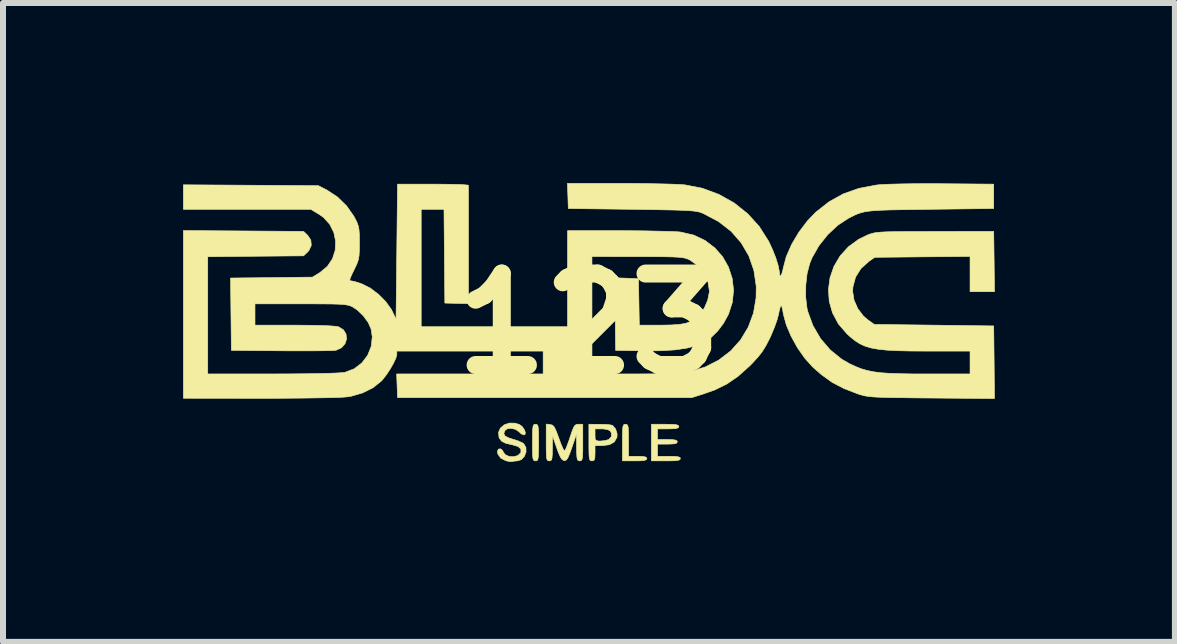
<source format=kicad_pcb>
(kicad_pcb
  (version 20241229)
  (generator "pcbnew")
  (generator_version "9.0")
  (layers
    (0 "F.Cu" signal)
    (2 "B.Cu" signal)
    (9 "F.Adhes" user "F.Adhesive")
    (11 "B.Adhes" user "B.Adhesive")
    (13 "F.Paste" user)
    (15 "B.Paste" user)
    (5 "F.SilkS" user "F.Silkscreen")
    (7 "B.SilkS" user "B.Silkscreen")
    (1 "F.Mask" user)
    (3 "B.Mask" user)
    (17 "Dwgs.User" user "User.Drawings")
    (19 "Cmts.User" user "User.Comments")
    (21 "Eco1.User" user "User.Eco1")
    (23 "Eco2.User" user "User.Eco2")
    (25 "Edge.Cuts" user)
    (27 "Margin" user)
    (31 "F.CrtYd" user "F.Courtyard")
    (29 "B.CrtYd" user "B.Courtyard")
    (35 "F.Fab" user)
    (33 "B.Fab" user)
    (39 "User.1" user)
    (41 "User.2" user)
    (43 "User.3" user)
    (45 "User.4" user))
  (footprint "123"
    (layer "F.Cu")
    (at 6.761 2.342)
    (property "Reference" "123" (at 0 0 0) (layer "F.SilkS") (effects (font (size 1.524 1.524) (thickness 0.3))))
    (attr through_hole)
    (fp_poly (pts (xy -0.868 1.679) (xy -0.853 1.694) (xy -0.844 1.729) (xy -0.84 1.792) (xy -0.838 1.891) (xy -0.838 1.981) (xy -0.839 2.11) (xy -0.841 2.196) (xy -0.847 2.248) (xy -0.857 2.275) (xy -0.874 2.285) (xy -0.889 2.286) (xy -0.91 2.283) (xy -0.925 2.268) (xy -0.934 2.234) (xy -0.938 2.171) (xy -0.94 2.071) (xy -0.94 1.981) (xy -0.939 1.853) (xy -0.937 1.766) (xy -0.931 1.714) (xy -0.921 1.687) (xy -0.904 1.677) (xy -0.889 1.676) (xy -0.868 1.679)) (stroke (width 0.01) (type solid)) (fill yes) (layer "F.SilkS"))
    (fp_poly (pts (xy 0.632 1.68) (xy 0.647 1.696) (xy 0.655 1.733) (xy 0.659 1.802) (xy 0.66 1.91) (xy 0.66 1.943) (xy 0.66 2.21) (xy 0.813 2.21) (xy 0.901 2.213) (xy 0.949 2.223) (xy 0.965 2.243) (xy 0.965 2.248) (xy 0.956 2.267) (xy 0.921 2.279) (xy 0.852 2.285) (xy 0.762 2.286) (xy 0.559 2.286) (xy 0.559 1.981) (xy 0.559 1.853) (xy 0.562 1.766) (xy 0.567 1.714) (xy 0.578 1.687) (xy 0.595 1.677) (xy 0.61 1.676) (xy 0.632 1.68)) (stroke (width 0.01) (type solid)) (fill yes) (layer "F.SilkS"))
    (fp_poly (pts (xy 1.382 1.678) (xy 1.451 1.683) (xy 1.487 1.694) (xy 1.498 1.712) (xy 1.499 1.714) (xy 1.488 1.735) (xy 1.451 1.747) (xy 1.376 1.752) (xy 1.321 1.753) (xy 1.143 1.753) (xy 1.143 1.93) (xy 1.308 1.93) (xy 1.401 1.933) (xy 1.452 1.942) (xy 1.472 1.96) (xy 1.473 1.968) (xy 1.462 1.99) (xy 1.423 2.002) (xy 1.346 2.006) (xy 1.308 2.007) (xy 1.143 2.007) (xy 1.143 2.21) (xy 1.333 2.21) (xy 1.434 2.212) (xy 1.493 2.219) (xy 1.52 2.233) (xy 1.524 2.248) (xy 1.515 2.266) (xy 1.484 2.278) (xy 1.421 2.284) (xy 1.318 2.286) (xy 1.283 2.286) (xy 1.041 2.286) (xy 1.041 1.676) (xy 1.27 1.676) (xy 1.382 1.678)) (stroke (width 0.01) (type solid)) (fill yes) (layer "F.SilkS"))
    (fp_poly (pts (xy 0.184 1.677) (xy 0.279 1.679) (xy 0.354 1.686) (xy 0.395 1.695) (xy 0.396 1.696) (xy 0.445 1.754) (xy 0.47 1.834) (xy 0.468 1.892) (xy 0.424 1.97) (xy 0.341 2.017) (xy 0.223 2.032) (xy 0.102 2.032) (xy 0.102 2.159) (xy 0.099 2.235) (xy 0.088 2.273) (xy 0.063 2.285) (xy 0.051 2.286) (xy 0.029 2.283) (xy 0.015 2.268) (xy 0.006 2.234) (xy 0.002 2.171) (xy 0.00018 2.071) (xy 0 1.981) (xy 0 1.753) (xy 0.102 1.753) (xy 0.102 1.854) (xy 0.104 1.919) (xy 0.121 1.948) (xy 0.165 1.956) (xy 0.192 1.956) (xy 0.268 1.948) (xy 0.329 1.931) (xy 0.332 1.93) (xy 0.374 1.883) (xy 0.375 1.823) (xy 0.351 1.783) (xy 0.307 1.764) (xy 0.237 1.753) (xy 0.211 1.753) (xy 0.102 1.753) (xy 0 1.753) (xy 0 1.676) (xy 0.184 1.677)) (stroke (width 0.01) (type solid)) (fill yes) (layer "F.SilkS"))
    (fp_poly (pts (xy -1.229 1.658) (xy -1.158 1.68) (xy -1.112 1.714) (xy -1.077 1.763) (xy -1.059 1.812) (xy -1.064 1.846) (xy -1.083 1.854) (xy -1.127 1.836) (xy -1.167 1.799) (xy -1.222 1.761) (xy -1.293 1.744) (xy -1.36 1.752) (xy -1.399 1.78) (xy -1.418 1.833) (xy -1.394 1.874) (xy -1.325 1.908) (xy -1.27 1.924) (xy -1.184 1.951) (xy -1.114 1.982) (xy -1.086 2) (xy -1.049 2.062) (xy -1.047 2.138) (xy -1.075 2.211) (xy -1.126 2.266) (xy -1.192 2.286) (xy -1.251 2.291) (xy -1.274 2.296) (xy -1.321 2.297) (xy -1.384 2.284) (xy -1.469 2.24) (xy -1.516 2.173) (xy -1.524 2.129) (xy -1.508 2.091) (xy -1.473 2.085) (xy -1.439 2.111) (xy -1.43 2.132) (xy -1.394 2.183) (xy -1.329 2.212) (xy -1.253 2.217) (xy -1.183 2.197) (xy -1.137 2.153) (xy -1.133 2.145) (xy -1.133 2.088) (xy -1.181 2.046) (xy -1.277 2.018) (xy -1.278 2.018) (xy -1.386 1.993) (xy -1.454 1.958) (xy -1.493 1.907) (xy -1.497 1.897) (xy -1.506 1.812) (xy -1.474 1.739) (xy -1.411 1.686) (xy -1.326 1.656) (xy -1.229 1.658)) (stroke (width 0.01) (type solid)) (fill yes) (layer "F.SilkS"))
    (fp_poly (pts (xy -0.644 1.681) (xy -0.61 1.69) (xy -0.583 1.713) (xy -0.557 1.761) (xy -0.525 1.841) (xy -0.5 1.91) (xy -0.465 2.005) (xy -0.434 2.077) (xy -0.411 2.116) (xy -0.404 2.119) (xy -0.387 2.091) (xy -0.361 2.026) (xy -0.328 1.936) (xy -0.314 1.892) (xy -0.279 1.789) (xy -0.253 1.725) (xy -0.23 1.692) (xy -0.202 1.678) (xy -0.173 1.676) (xy -0.102 1.676) (xy -0.102 1.981) (xy -0.102 2.11) (xy -0.105 2.196) (xy -0.11 2.248) (xy -0.121 2.275) (xy -0.137 2.285) (xy -0.152 2.286) (xy -0.177 2.282) (xy -0.192 2.263) (xy -0.2 2.22) (xy -0.204 2.143) (xy -0.205 2.064) (xy -0.207 1.841) (xy -0.284 2.065) (xy -0.322 2.171) (xy -0.351 2.237) (xy -0.375 2.271) (xy -0.4 2.282) (xy -0.413 2.281) (xy -0.445 2.266) (xy -0.475 2.223) (xy -0.509 2.145) (xy -0.536 2.07) (xy -0.606 1.867) (xy -0.608 2.076) (xy -0.61 2.18) (xy -0.615 2.242) (xy -0.626 2.274) (xy -0.646 2.285) (xy -0.66 2.286) (xy -0.682 2.283) (xy -0.696 2.268) (xy -0.705 2.234) (xy -0.709 2.171) (xy -0.711 2.072) (xy -0.711 1.98) (xy -0.711 1.673) (xy -0.644 1.681)) (stroke (width 0.01) (type solid)) (fill yes) (layer "F.SilkS"))
    (fp_poly (pts (xy 0.513 -2.337) (xy 0.73 -2.336) (xy 0.941 -2.334) (xy 1.138 -2.33) (xy 1.313 -2.326) (xy 1.457 -2.321) (xy 1.564 -2.315) (xy 1.607 -2.311) (xy 1.896 -2.254) (xy 2.169 -2.152) (xy 2.421 -2.01) (xy 2.646 -1.831) (xy 2.838 -1.619) (xy 2.991 -1.378) (xy 2.995 -1.372) (xy 3.059 -1.234) (xy 3.114 -1.095) (xy 3.153 -0.968) (xy 3.173 -0.866) (xy 3.175 -0.839) (xy 3.181 -0.798) (xy 3.197 -0.799) (xy 3.215 -0.835) (xy 3.233 -0.899) (xy 3.236 -0.918) (xy 3.287 -1.113) (xy 3.377 -1.319) (xy 3.497 -1.522) (xy 3.641 -1.712) (xy 3.777 -1.854) (xy 4 -2.03) (xy 4.238 -2.162) (xy 4.498 -2.254) (xy 4.789 -2.309) (xy 4.826 -2.313) (xy 4.912 -2.319) (xy 5.04 -2.324) (xy 5.202 -2.328) (xy 5.389 -2.331) (xy 5.594 -2.332) (xy 5.807 -2.332) (xy 5.905 -2.331) (xy 6.744 -2.324) (xy 6.744 -1.918) (xy 5.69 -1.905) (xy 5.425 -1.901) (xy 5.206 -1.898) (xy 5.026 -1.895) (xy 4.882 -1.89) (xy 4.765 -1.884) (xy 4.673 -1.875) (xy 4.598 -1.864) (xy 4.536 -1.849) (xy 4.481 -1.831) (xy 4.428 -1.808) (xy 4.37 -1.779) (xy 4.328 -1.758) (xy 4.147 -1.64) (xy 3.978 -1.482) (xy 3.831 -1.297) (xy 3.717 -1.096) (xy 3.679 -1.003) (xy 3.635 -0.834) (xy 3.613 -0.638) (xy 3.612 -0.439) (xy 3.634 -0.255) (xy 3.645 -0.207) (xy 3.732 0.031) (xy 3.859 0.249) (xy 4.021 0.438) (xy 4.213 0.593) (xy 4.347 0.67) (xy 4.445 0.715) (xy 4.538 0.752) (xy 4.635 0.78) (xy 4.741 0.802) (xy 4.864 0.818) (xy 5.012 0.828) (xy 5.19 0.834) (xy 5.405 0.838) (xy 5.628 0.838) (xy 6.35 0.838) (xy 6.35 0.457) (xy 5.632 0.457) (xy 5.37 0.456) (xy 5.152 0.451) (xy 4.972 0.442) (xy 4.824 0.427) (xy 4.703 0.405) (xy 4.601 0.375) (xy 4.513 0.335) (xy 4.433 0.283) (xy 4.353 0.219) (xy 4.297 0.167) (xy 4.156 0.003) (xy 4.059 -0.179) (xy 4.004 -0.372) (xy 3.991 -0.569) (xy 4.017 -0.765) (xy 4.082 -0.953) (xy 4.184 -1.126) (xy 4.322 -1.279) (xy 4.494 -1.405) (xy 4.642 -1.477) (xy 4.68 -1.491) (xy 4.718 -1.503) (xy 4.76 -1.513) (xy 4.812 -1.52) (xy 4.879 -1.526) (xy 4.967 -1.53) (xy 5.082 -1.532) (xy 5.228 -1.534) (xy 5.412 -1.535) (xy 5.638 -1.535) (xy 5.766 -1.536) (xy 6.744 -1.537) (xy 6.751 -1.035) (xy 6.757 -0.533) (xy 6.35 -0.533) (xy 6.35 -1.12) (xy 5.556 -1.113) (xy 4.763 -1.105) (xy 4.668 -1.04) (xy 4.533 -0.919) (xy 4.443 -0.776) (xy 4.399 -0.614) (xy 4.394 -0.539) (xy 4.417 -0.393) (xy 4.48 -0.25) (xy 4.574 -0.126) (xy 4.644 -0.066) (xy 4.755 0.013) (xy 5.749 0.025) (xy 6.744 0.038) (xy 6.751 0.643) (xy 6.757 1.248) (xy 5.709 1.239) (xy 5.45 1.237) (xy 5.236 1.234) (xy 5.063 1.232) (xy 4.924 1.229) (xy 4.814 1.225) (xy 4.729 1.22) (xy 4.661 1.213) (xy 4.607 1.205) (xy 4.561 1.194) (xy 4.517 1.182) (xy 4.483 1.171) (xy 4.252 1.082) (xy 4.054 0.979) (xy 3.873 0.849) (xy 3.723 0.717) (xy 3.594 0.572) (xy 3.473 0.398) (xy 3.369 0.21) (xy 3.289 0.022) (xy 3.241 -0.153) (xy 3.235 -0.189) (xy 3.222 -0.258) (xy 3.208 -0.299) (xy 3.203 -0.305) (xy 3.19 -0.282) (xy 3.173 -0.222) (xy 3.157 -0.146) (xy 3.132 -0.053) (xy 3.089 0.066) (xy 3.037 0.191) (xy 3.008 0.254) (xy 2.945 0.374) (xy 2.884 0.472) (xy 2.812 0.562) (xy 2.719 0.663) (xy 2.67 0.712) (xy 2.485 0.877) (xy 2.299 1.005) (xy 2.095 1.105) (xy 1.905 1.172) (xy 1.714 1.232) (xy -3.188 1.232) (xy -3.195 1.035) (xy -3.203 0.838) (xy -0.762 0.838) (xy -0.762 0.457) (xy -3.2 0.457) (xy -3.2 0.516) (xy -3.215 0.573) (xy -3.254 0.657) (xy -3.309 0.754) (xy -3.373 0.851) (xy -3.438 0.934) (xy -3.459 0.957) (xy -3.596 1.067) (xy -3.768 1.153) (xy -3.96 1.209) (xy -4.03 1.22) (xy -4.096 1.225) (xy -4.206 1.23) (xy -4.356 1.234) (xy -4.539 1.237) (xy -4.75 1.24) (xy -4.982 1.242) (xy -5.231 1.244) (xy -5.489 1.244) (xy -5.493 1.244) (xy -6.756 1.243) (xy -6.756 -1.551) (xy -5.755 -1.544) (xy -4.754 -1.537) (xy -4.688 -1.475) (xy -4.633 -1.393) (xy -4.625 -1.304) (xy -4.664 -1.219) (xy -4.688 -1.192) (xy -4.754 -1.13) (xy -5.552 -1.123) (xy -6.35 -1.115) (xy -6.35 0.838) (xy -5.264 0.838) (xy -4.998 0.837) (xy -4.756 0.835) (xy -4.542 0.832) (xy -4.362 0.828) (xy -4.219 0.823) (xy -4.119 0.817) (xy -4.064 0.811) (xy -4.064 0.811) (xy -3.909 0.752) (xy -3.782 0.654) (xy -3.686 0.528) (xy -3.627 0.381) (xy -3.609 0.221) (xy -3.629 0.088) (xy -3.678 -0.021) (xy -3.759 -0.132) (xy -3.859 -0.228) (xy -3.939 -0.28) (xy -3.97 -0.295) (xy -4.005 -0.306) (xy -4.049 -0.314) (xy -4.11 -0.321) (xy -4.192 -0.325) (xy -4.303 -0.328) (xy -4.448 -0.329) (xy -4.633 -0.33) (xy -4.8 -0.33) (xy -5.563 -0.33) (xy -5.563 0.025) (xy -4.906 0.025) (xy -4.68 0.027) (xy -4.49 0.03) (xy -4.34 0.035) (xy -4.233 0.043) (xy -4.173 0.052) (xy -4.169 0.053) (xy -4.089 0.103) (xy -4.046 0.174) (xy -4.037 0.255) (xy -4.063 0.334) (xy -4.12 0.4) (xy -4.207 0.441) (xy -4.223 0.444) (xy -4.268 0.448) (xy -4.357 0.45) (xy -4.483 0.452) (xy -4.64 0.453) (xy -4.82 0.453) (xy -5.018 0.453) (xy -5.131 0.452) (xy -5.956 0.445) (xy -5.963 -0.158) (xy -5.97 -0.76) (xy -5.288 -0.767) (xy -4.606 -0.775) (xy -4.481 -0.851) (xy -4.358 -0.953) (xy -4.273 -1.079) (xy -4.227 -1.221) (xy -4.219 -1.37) (xy -4.249 -1.517) (xy -4.316 -1.653) (xy -4.421 -1.77) (xy -4.496 -1.822) (xy -4.633 -1.905) (xy -6.756 -1.905) (xy -6.756 -2.313) (xy -4.508 -2.299) (xy -4.365 -2.226) (xy -4.191 -2.112) (xy -4.036 -1.961) (xy -3.913 -1.785) (xy -3.903 -1.765) (xy -3.866 -1.693) (xy -3.843 -1.631) (xy -3.83 -1.567) (xy -3.824 -1.483) (xy -3.823 -1.366) (xy -3.823 -1.346) (xy -3.824 -1.222) (xy -3.829 -1.134) (xy -3.841 -1.064) (xy -3.864 -0.999) (xy -3.9 -0.922) (xy -3.905 -0.911) (xy -3.952 -0.815) (xy -3.977 -0.756) (xy -3.984 -0.725) (xy -3.973 -0.713) (xy -3.951 -0.711) (xy -3.908 -0.703) (xy -3.836 -0.681) (xy -3.772 -0.658) (xy -3.639 -0.59) (xy -3.505 -0.488) (xy -3.385 -0.367) (xy -3.294 -0.241) (xy -3.274 -0.203) (xy -3.213 -0.075) (xy -3.188 -2.324) (xy -2.597 -2.324) (xy -2.43 -2.323) (xy -2.281 -2.321) (xy -2.158 -2.318) (xy -2.067 -2.313) (xy -2.016 -2.308) (xy -2.007 -2.305) (xy -2.007 -2.276) (xy -2.007 -2.202) (xy -2.007 -2.089) (xy -2.007 -1.941) (xy -2.007 -0.334) (xy -2.203 -0.338) (xy -2.4 -0.343) (xy -2.407 -1.124) (xy -2.414 -1.905) (xy -2.604 -1.905) (xy -2.794 -1.905) (xy -2.794 0.051) (xy -0.356 0.051) (xy -0.356 -1.549) (xy 0.502 -1.549) (xy 0.714 -1.548) (xy 0.918 -1.546) (xy 1.106 -1.542) (xy 1.271 -1.538) (xy 1.404 -1.534) (xy 1.498 -1.529) (xy 1.533 -1.525) (xy 1.748 -1.475) (xy 1.937 -1.385) (xy 2.098 -1.262) (xy 2.229 -1.113) (xy 2.326 -0.941) (xy 2.387 -0.754) (xy 2.41 -0.558) (xy 2.39 -0.357) (xy 2.326 -0.158) (xy 2.244 -0.008) (xy 2.149 0.119) (xy 2.045 0.222) (xy 1.928 0.304) (xy 1.791 0.366) (xy 1.627 0.409) (xy 1.433 0.437) (xy 1.201 0.451) (xy 0.925 0.453) (xy 0.876 0.452) (xy 0.445 0.445) (xy 0.438 -0.16) (xy 0.431 -0.764) (xy 0.628 -0.757) (xy 0.826 -0.749) (xy 0.833 -0.362) (xy 0.84 0.025) (xy 1.201 0.025) (xy 1.377 0.022) (xy 1.513 0.012) (xy 1.617 -0.006) (xy 1.7 -0.038) (xy 1.772 -0.083) (xy 1.841 -0.147) (xy 1.847 -0.152) (xy 1.923 -0.259) (xy 1.979 -0.39) (xy 2.006 -0.523) (xy 2.007 -0.547) (xy 1.983 -0.698) (xy 1.916 -0.841) (xy 1.815 -0.965) (xy 1.687 -1.058) (xy 1.664 -1.069) (xy 1.63 -1.083) (xy 1.591 -1.094) (xy 1.541 -1.102) (xy 1.473 -1.108) (xy 1.381 -1.112) (xy 1.259 -1.115) (xy 1.101 -1.116) (xy 0.901 -1.117) (xy 0.806 -1.117) (xy 0.051 -1.118) (xy 0.051 0.838) (xy 0.773 0.838) (xy 1.014 0.837) (xy 1.21 0.835) (xy 1.367 0.83) (xy 1.493 0.824) (xy 1.591 0.814) (xy 1.67 0.802) (xy 1.681 0.8) (xy 1.936 0.723) (xy 2.165 0.606) (xy 2.363 0.454) (xy 2.528 0.27) (xy 2.655 0.058) (xy 2.742 -0.176) (xy 2.785 -0.428) (xy 2.788 -0.622) (xy 2.749 -0.886) (xy 2.665 -1.128) (xy 2.538 -1.346) (xy 2.37 -1.538) (xy 2.162 -1.7) (xy 1.917 -1.83) (xy 1.87 -1.85) (xy 1.838 -1.86) (xy 1.795 -1.869) (xy 1.736 -1.877) (xy 1.657 -1.883) (xy 1.554 -1.888) (xy 1.42 -1.893) (xy 1.251 -1.896) (xy 1.043 -1.9) (xy 0.79 -1.904) (xy 0.711 -1.905) (xy -0.343 -1.918) (xy -0.35 -2.127) (xy -0.358 -2.337) (xy 0.513 -2.337)) (stroke (width 0.01) (type solid)) (fill yes) (layer "F.SilkS")))
  (gr_rect
    (start -3 -3)
    (end 16.524 7.644)
    (stroke (width 0.1) (type default))
    (fill no)
    (layer "Edge.Cuts")))
</source>
